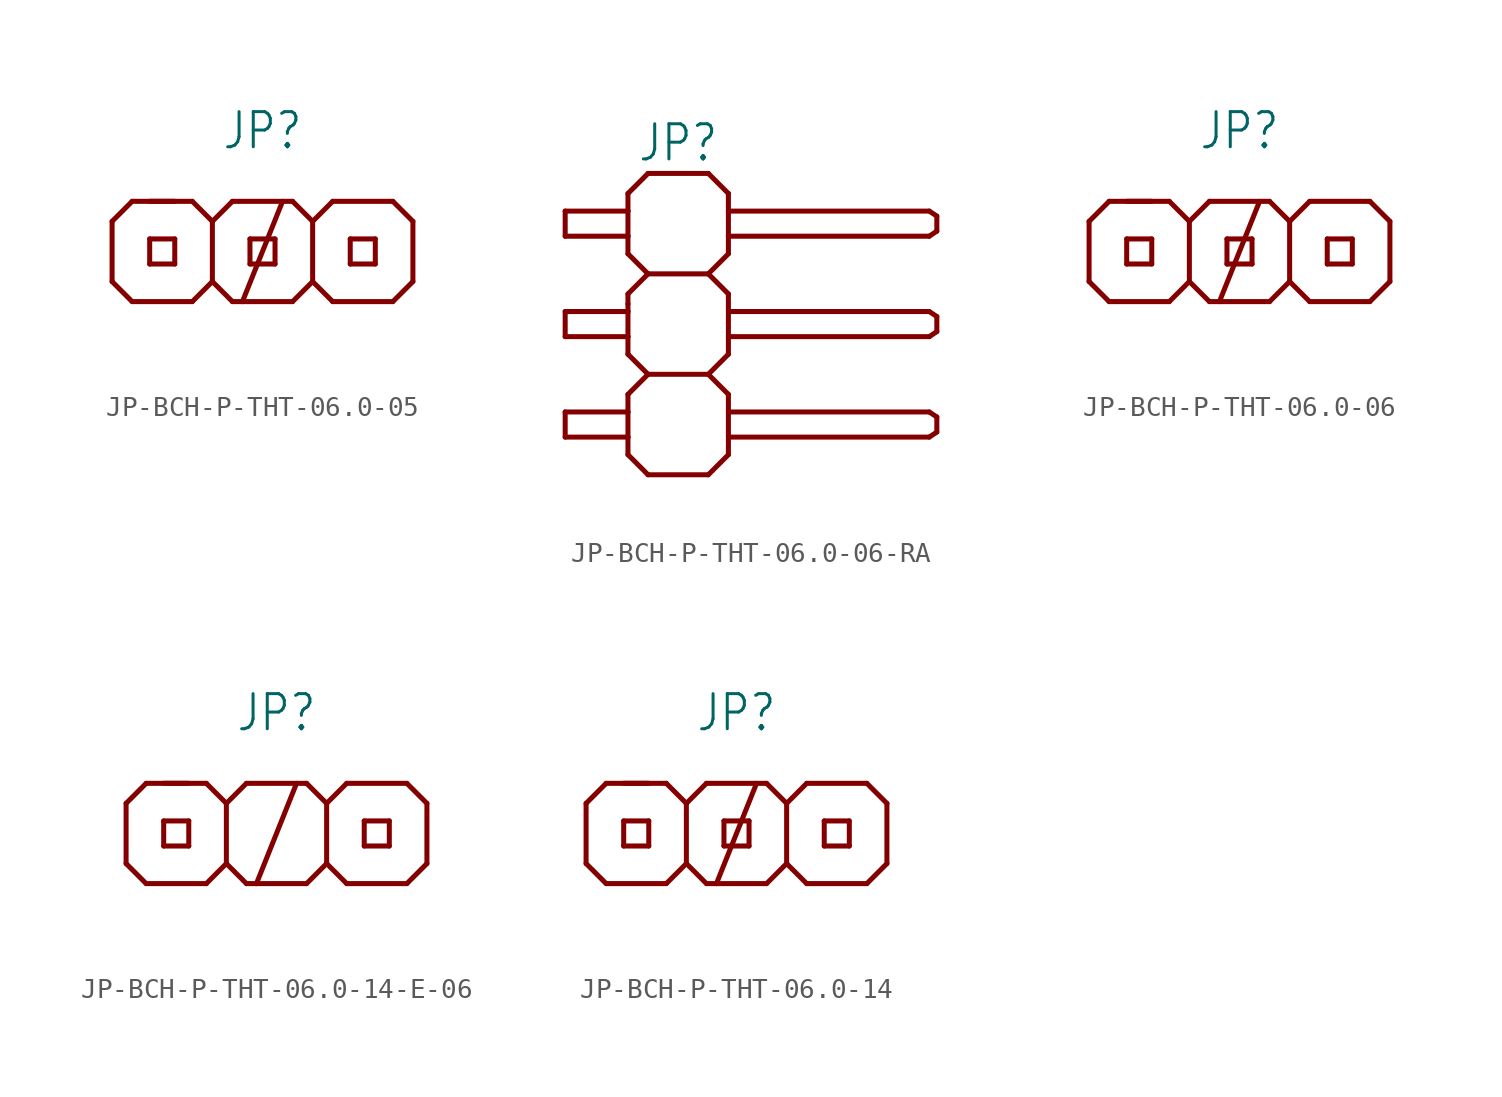
<source format=kicad_sym>
(kicad_symbol_lib
  (version 20231120)
  (generator "kicad_symbol_editor")
  (generator_version "8.0")
  (symbol "JP-BCH-P-THT-06.0-05"
    (property "Reference" "JP"
      (at 0 5.08 0)
      (effects (font (size 1.778 1.511)) (justify bottom)))
    (property "Value" ""
      (at 0 -5.08 0)
      (effects (font (size 1.778 1.511)) (justify top)))
    (property "ki_locked" ""
      (at 0 0 0)
      (effects (font (size 1.27 1.27))))
    (symbol "JP-BCH-P-THT-06.0-05_1_0"
      (polyline (pts (xy -7.62 -1.524) (xy -6.604 -2.54)) (stroke (width 0.254) (type solid)) (fill (type none)))
      (polyline (pts (xy -7.62 1.524) (xy -7.62 -1.524)) (stroke (width 0.254) (type solid)) (fill (type none)))
      (polyline (pts (xy -6.604 -2.54) (xy -3.556 -2.54)) (stroke (width 0.254) (type solid)) (fill (type none)))
      (polyline (pts (xy -6.604 2.54) (xy -7.62 1.524)) (stroke (width 0.254) (type solid)) (fill (type none)))
      (polyline (pts (xy -5.715 -0.635) (xy -4.445 -0.635)) (stroke (width 0.254) (type solid)) (fill (type none)))
      (polyline (pts (xy -5.715 0.635) (xy -5.715 -0.635)) (stroke (width 0.254) (type solid)) (fill (type none)))
      (polyline (pts (xy -4.445 -0.635) (xy -4.445 0.635)) (stroke (width 0.254) (type solid)) (fill (type none)))
      (polyline (pts (xy -4.445 0.635) (xy -5.715 0.635)) (stroke (width 0.254) (type solid)) (fill (type none)))
      (polyline (pts (xy -4.445 2.54) (xy -5.715 2.54)) (stroke (width 0.254) (type solid)) (fill (type none)))
      (polyline (pts (xy -3.556 -2.54) (xy -2.54 -1.524)) (stroke (width 0.254) (type solid)) (fill (type none)))
      (polyline (pts (xy -3.556 2.54) (xy -6.604 2.54)) (stroke (width 0.254) (type solid)) (fill (type none)))
      (polyline (pts (xy -2.54 -1.524) (xy -2.54 1.524)) (stroke (width 0.254) (type solid)) (fill (type none)))
      (polyline (pts (xy -2.54 -1.524) (xy -1.524 -2.54)) (stroke (width 0.254) (type solid)) (fill (type none)))
      (polyline (pts (xy -2.54 1.524) (xy -3.556 2.54)) (stroke (width 0.254) (type solid)) (fill (type none)))
      (polyline (pts (xy -1.524 -2.54) (xy -1.016 -2.54)) (stroke (width 0.254) (type solid)) (fill (type none)))
      (polyline (pts (xy -1.524 2.54) (xy -2.54 1.524)) (stroke (width 0.254) (type solid)) (fill (type none)))
      (polyline (pts (xy -1.016 -2.54) (xy 1.016 2.54)) (stroke (width 0.254) (type solid)) (fill (type none)))
      (polyline (pts (xy -1.016 -2.54) (xy 1.524 -2.54)) (stroke (width 0.254) (type solid)) (fill (type none)))
      (polyline (pts (xy -0.635 -0.635) (xy 0.635 -0.635)) (stroke (width 0.254) (type solid)) (fill (type none)))
      (polyline (pts (xy -0.635 0.635) (xy -0.635 -0.635)) (stroke (width 0.254) (type solid)) (fill (type none)))
      (polyline (pts (xy 0.635 -0.635) (xy 0.635 0.635)) (stroke (width 0.254) (type solid)) (fill (type none)))
      (polyline (pts (xy 0.635 0.635) (xy -0.635 0.635)) (stroke (width 0.254) (type solid)) (fill (type none)))
      (polyline (pts (xy 1.524 -2.54) (xy 2.54 -1.524)) (stroke (width 0.254) (type solid)) (fill (type none)))
      (polyline (pts (xy 1.524 2.54) (xy -1.524 2.54)) (stroke (width 0.254) (type solid)) (fill (type none)))
      (polyline (pts (xy 2.54 -1.524) (xy 3.556 -2.54)) (stroke (width 0.254) (type solid)) (fill (type none)))
      (polyline (pts (xy 2.54 1.524) (xy 1.524 2.54)) (stroke (width 0.254) (type solid)) (fill (type none)))
      (polyline (pts (xy 2.54 1.524) (xy 2.54 -1.524)) (stroke (width 0.254) (type solid)) (fill (type none)))
      (polyline (pts (xy 3.556 -2.54) (xy 6.604 -2.54)) (stroke (width 0.254) (type solid)) (fill (type none)))
      (polyline (pts (xy 3.556 2.54) (xy 2.54 1.524)) (stroke (width 0.254) (type solid)) (fill (type none)))
      (polyline (pts (xy 4.445 -0.635) (xy 5.715 -0.635)) (stroke (width 0.254) (type solid)) (fill (type none)))
      (polyline (pts (xy 4.445 0.635) (xy 4.445 -0.635)) (stroke (width 0.254) (type solid)) (fill (type none)))
      (polyline (pts (xy 5.715 -0.635) (xy 5.715 0.635)) (stroke (width 0.254) (type solid)) (fill (type none)))
      (polyline (pts (xy 5.715 0.635) (xy 4.445 0.635)) (stroke (width 0.254) (type solid)) (fill (type none)))
      (polyline (pts (xy 6.604 -2.54) (xy 7.62 -1.524)) (stroke (width 0.254) (type solid)) (fill (type none)))
      (polyline (pts (xy 6.604 2.54) (xy 3.556 2.54)) (stroke (width 0.254) (type solid)) (fill (type none)))
      (polyline (pts (xy 7.62 1.524) (xy 6.604 2.54)) (stroke (width 0.254) (type solid)) (fill (type none)))
      (polyline (pts (xy 7.62 1.524) (xy 7.62 -1.524)) (stroke (width 0.254) (type solid)) (fill (type none)))))
  (symbol "JP-BCH-P-THT-06.0-06-RA"
    (property "Reference" "JP"
      (at 0 8.128 0)
      (effects (font (size 1.778 1.511)) (justify bottom)))
    (property "Value" ""
      (at 0 -8.128 0)
      (effects (font (size 1.778 1.511)) (justify top)))
    (property "ki_locked" ""
      (at 0 0 0)
      (effects (font (size 1.27 1.27))))
    (symbol "JP-BCH-P-THT-06.0-06-RA_1_0"
      (polyline (pts (xy -5.715 -5.715) (xy -2.54 -5.715)) (stroke (width 0.254) (type solid)) (fill (type none)))
      (polyline (pts (xy -5.715 -4.445) (xy -5.715 -5.715)) (stroke (width 0.254) (type solid)) (fill (type none)))
      (polyline (pts (xy -5.715 -0.635) (xy -2.54 -0.635)) (stroke (width 0.254) (type solid)) (fill (type none)))
      (polyline (pts (xy -5.715 0.635) (xy -5.715 -0.635)) (stroke (width 0.254) (type solid)) (fill (type none)))
      (polyline (pts (xy -5.715 4.445) (xy -2.54 4.445)) (stroke (width 0.254) (type solid)) (fill (type none)))
      (polyline (pts (xy -5.715 5.715) (xy -5.715 4.445)) (stroke (width 0.254) (type solid)) (fill (type none)))
      (polyline (pts (xy -2.54 -6.604) (xy -1.524 -7.62)) (stroke (width 0.254) (type solid)) (fill (type none)))
      (polyline (pts (xy -2.54 -5.715) (xy -2.54 -6.604)) (stroke (width 0.254) (type solid)) (fill (type none)))
      (polyline (pts (xy -2.54 -5.715) (xy -2.54 -4.445)) (stroke (width 0.254) (type solid)) (fill (type none)))
      (polyline (pts (xy -2.54 -4.445) (xy -5.715 -4.445)) (stroke (width 0.254) (type solid)) (fill (type none)))
      (polyline (pts (xy -2.54 -3.556) (xy -2.54 -4.445)) (stroke (width 0.254) (type solid)) (fill (type none)))
      (polyline (pts (xy -2.54 -1.524) (xy -1.524 -2.54)) (stroke (width 0.254) (type solid)) (fill (type none)))
      (polyline (pts (xy -2.54 -0.635) (xy -2.54 -1.524)) (stroke (width 0.254) (type solid)) (fill (type none)))
      (polyline (pts (xy -2.54 0.635) (xy -5.715 0.635)) (stroke (width 0.254) (type solid)) (fill (type none)))
      (polyline (pts (xy -2.54 0.635) (xy -2.54 -0.635)) (stroke (width 0.254) (type solid)) (fill (type none)))
      (polyline (pts (xy -2.54 1.016) (xy -2.54 0.635)) (stroke (width 0.254) (type solid)) (fill (type none)))
      (polyline (pts (xy -2.54 1.524) (xy -2.54 1.016)) (stroke (width 0.254) (type solid)) (fill (type none)))
      (polyline (pts (xy -2.54 3.556) (xy -1.524 2.54)) (stroke (width 0.254) (type solid)) (fill (type none)))
      (polyline (pts (xy -2.54 4.445) (xy -2.54 3.556)) (stroke (width 0.254) (type solid)) (fill (type none)))
      (polyline (pts (xy -2.54 4.445) (xy -2.54 5.715)) (stroke (width 0.254) (type solid)) (fill (type none)))
      (polyline (pts (xy -2.54 5.715) (xy -5.715 5.715)) (stroke (width 0.254) (type solid)) (fill (type none)))
      (polyline (pts (xy -2.54 6.604) (xy -2.54 5.715)) (stroke (width 0.254) (type solid)) (fill (type none)))
      (polyline (pts (xy -1.524 -2.54) (xy -2.54 -3.556)) (stroke (width 0.254) (type solid)) (fill (type none)))
      (polyline (pts (xy -1.524 2.54) (xy -2.54 1.524)) (stroke (width 0.254) (type solid)) (fill (type none)))
      (polyline (pts (xy -1.524 2.54) (xy 1.524 2.54)) (stroke (width 0.254) (type solid)) (fill (type none)))
      (polyline (pts (xy -1.524 7.62) (xy -2.54 6.604)) (stroke (width 0.254) (type solid)) (fill (type none)))
      (polyline (pts (xy 1.524 -7.62) (xy -1.524 -7.62)) (stroke (width 0.254) (type solid)) (fill (type none)))
      (polyline (pts (xy 1.524 -7.62) (xy 2.54 -6.604)) (stroke (width 0.254) (type solid)) (fill (type none)))
      (polyline (pts (xy 1.524 -2.54) (xy -1.524 -2.54)) (stroke (width 0.254) (type solid)) (fill (type none)))
      (polyline (pts (xy 1.524 -2.54) (xy 2.54 -1.524)) (stroke (width 0.254) (type solid)) (fill (type none)))
      (polyline (pts (xy 1.524 2.54) (xy 2.54 3.556)) (stroke (width 0.254) (type solid)) (fill (type none)))
      (polyline (pts (xy 1.524 7.62) (xy -1.524 7.62)) (stroke (width 0.254) (type solid)) (fill (type none)))
      (polyline (pts (xy 2.54 -6.604) (xy 2.54 -3.556)) (stroke (width 0.254) (type solid)) (fill (type none)))
      (polyline (pts (xy 2.54 -5.715) (xy 12.7 -5.715)) (stroke (width 0.254) (type solid)) (fill (type none)))
      (polyline (pts (xy 2.54 -3.556) (xy 1.524 -2.54)) (stroke (width 0.254) (type solid)) (fill (type none)))
      (polyline (pts (xy 2.54 -1.524) (xy 2.54 1.524)) (stroke (width 0.254) (type solid)) (fill (type none)))
      (polyline (pts (xy 2.54 -0.635) (xy 12.7 -0.635)) (stroke (width 0.254) (type solid)) (fill (type none)))
      (polyline (pts (xy 2.54 1.524) (xy 1.524 2.54)) (stroke (width 0.254) (type solid)) (fill (type none)))
      (polyline (pts (xy 2.54 3.556) (xy 2.54 4.445)) (stroke (width 0.254) (type solid)) (fill (type none)))
      (polyline (pts (xy 2.54 4.445) (xy 2.54 5.715)) (stroke (width 0.254) (type solid)) (fill (type none)))
      (polyline (pts (xy 2.54 4.445) (xy 12.7 4.445)) (stroke (width 0.254) (type solid)) (fill (type none)))
      (polyline (pts (xy 2.54 5.715) (xy 2.54 6.604)) (stroke (width 0.254) (type solid)) (fill (type none)))
      (polyline (pts (xy 2.54 6.604) (xy 1.524 7.62)) (stroke (width 0.254) (type solid)) (fill (type none)))
      (polyline (pts (xy 12.7 -4.445) (xy 2.54 -4.445)) (stroke (width 0.254) (type solid)) (fill (type none)))
      (polyline (pts (xy 12.7 -4.445) (xy 13.081 -4.699)) (stroke (width 0.254) (type solid)) (fill (type none)))
      (polyline (pts (xy 12.7 0.635) (xy 2.54 0.635)) (stroke (width 0.254) (type solid)) (fill (type none)))
      (polyline (pts (xy 12.7 0.635) (xy 13.081 0.381)) (stroke (width 0.254) (type solid)) (fill (type none)))
      (polyline (pts (xy 12.7 5.715) (xy 2.54 5.715)) (stroke (width 0.254) (type solid)) (fill (type none)))
      (polyline (pts (xy 12.7 5.715) (xy 13.081 5.461)) (stroke (width 0.254) (type solid)) (fill (type none)))
      (polyline (pts (xy 13.081 -5.461) (xy 12.7 -5.715)) (stroke (width 0.254) (type solid)) (fill (type none)))
      (polyline (pts (xy 13.081 -4.699) (xy 13.081 -5.461)) (stroke (width 0.254) (type solid)) (fill (type none)))
      (polyline (pts (xy 13.081 -0.381) (xy 12.7 -0.635)) (stroke (width 0.254) (type solid)) (fill (type none)))
      (polyline (pts (xy 13.081 0.381) (xy 13.081 -0.381)) (stroke (width 0.254) (type solid)) (fill (type none)))
      (polyline (pts (xy 13.081 4.699) (xy 12.7 4.445)) (stroke (width 0.254) (type solid)) (fill (type none)))
      (polyline (pts (xy 13.081 5.461) (xy 13.081 4.699)) (stroke (width 0.254) (type solid)) (fill (type none)))))
  (symbol "JP-BCH-P-THT-06.0-06"
    (property "Reference" "JP"
      (at 0 5.08 0)
      (effects (font (size 1.778 1.511)) (justify bottom)))
    (property "Value" ""
      (at 0 -5.08 0)
      (effects (font (size 1.778 1.511)) (justify top)))
    (property "ki_locked" ""
      (at 0 0 0)
      (effects (font (size 1.27 1.27))))
    (symbol "JP-BCH-P-THT-06.0-06_1_0"
      (polyline (pts (xy -7.62 -1.524) (xy -6.604 -2.54)) (stroke (width 0.254) (type solid)) (fill (type none)))
      (polyline (pts (xy -7.62 1.524) (xy -7.62 -1.524)) (stroke (width 0.254) (type solid)) (fill (type none)))
      (polyline (pts (xy -6.604 -2.54) (xy -3.556 -2.54)) (stroke (width 0.254) (type solid)) (fill (type none)))
      (polyline (pts (xy -6.604 2.54) (xy -7.62 1.524)) (stroke (width 0.254) (type solid)) (fill (type none)))
      (polyline (pts (xy -5.715 -0.635) (xy -4.445 -0.635)) (stroke (width 0.254) (type solid)) (fill (type none)))
      (polyline (pts (xy -5.715 0.635) (xy -5.715 -0.635)) (stroke (width 0.254) (type solid)) (fill (type none)))
      (polyline (pts (xy -4.445 -0.635) (xy -4.445 0.635)) (stroke (width 0.254) (type solid)) (fill (type none)))
      (polyline (pts (xy -4.445 0.635) (xy -5.715 0.635)) (stroke (width 0.254) (type solid)) (fill (type none)))
      (polyline (pts (xy -4.445 2.54) (xy -5.715 2.54)) (stroke (width 0.254) (type solid)) (fill (type none)))
      (polyline (pts (xy -3.556 -2.54) (xy -2.54 -1.524)) (stroke (width 0.254) (type solid)) (fill (type none)))
      (polyline (pts (xy -3.556 2.54) (xy -6.604 2.54)) (stroke (width 0.254) (type solid)) (fill (type none)))
      (polyline (pts (xy -2.54 -1.524) (xy -2.54 1.524)) (stroke (width 0.254) (type solid)) (fill (type none)))
      (polyline (pts (xy -2.54 -1.524) (xy -1.524 -2.54)) (stroke (width 0.254) (type solid)) (fill (type none)))
      (polyline (pts (xy -2.54 1.524) (xy -3.556 2.54)) (stroke (width 0.254) (type solid)) (fill (type none)))
      (polyline (pts (xy -1.524 -2.54) (xy -1.016 -2.54)) (stroke (width 0.254) (type solid)) (fill (type none)))
      (polyline (pts (xy -1.524 2.54) (xy -2.54 1.524)) (stroke (width 0.254) (type solid)) (fill (type none)))
      (polyline (pts (xy -1.016 -2.54) (xy 1.016 2.54)) (stroke (width 0.254) (type solid)) (fill (type none)))
      (polyline (pts (xy -1.016 -2.54) (xy 1.524 -2.54)) (stroke (width 0.254) (type solid)) (fill (type none)))
      (polyline (pts (xy -0.635 -0.635) (xy 0.635 -0.635)) (stroke (width 0.254) (type solid)) (fill (type none)))
      (polyline (pts (xy -0.635 0.635) (xy -0.635 -0.635)) (stroke (width 0.254) (type solid)) (fill (type none)))
      (polyline (pts (xy 0.635 -0.635) (xy 0.635 0.635)) (stroke (width 0.254) (type solid)) (fill (type none)))
      (polyline (pts (xy 0.635 0.635) (xy -0.635 0.635)) (stroke (width 0.254) (type solid)) (fill (type none)))
      (polyline (pts (xy 1.524 -2.54) (xy 2.54 -1.524)) (stroke (width 0.254) (type solid)) (fill (type none)))
      (polyline (pts (xy 1.524 2.54) (xy -1.524 2.54)) (stroke (width 0.254) (type solid)) (fill (type none)))
      (polyline (pts (xy 2.54 -1.524) (xy 3.556 -2.54)) (stroke (width 0.254) (type solid)) (fill (type none)))
      (polyline (pts (xy 2.54 1.524) (xy 1.524 2.54)) (stroke (width 0.254) (type solid)) (fill (type none)))
      (polyline (pts (xy 2.54 1.524) (xy 2.54 -1.524)) (stroke (width 0.254) (type solid)) (fill (type none)))
      (polyline (pts (xy 3.556 -2.54) (xy 6.604 -2.54)) (stroke (width 0.254) (type solid)) (fill (type none)))
      (polyline (pts (xy 3.556 2.54) (xy 2.54 1.524)) (stroke (width 0.254) (type solid)) (fill (type none)))
      (polyline (pts (xy 4.445 -0.635) (xy 5.715 -0.635)) (stroke (width 0.254) (type solid)) (fill (type none)))
      (polyline (pts (xy 4.445 0.635) (xy 4.445 -0.635)) (stroke (width 0.254) (type solid)) (fill (type none)))
      (polyline (pts (xy 5.715 -0.635) (xy 5.715 0.635)) (stroke (width 0.254) (type solid)) (fill (type none)))
      (polyline (pts (xy 5.715 0.635) (xy 4.445 0.635)) (stroke (width 0.254) (type solid)) (fill (type none)))
      (polyline (pts (xy 6.604 -2.54) (xy 7.62 -1.524)) (stroke (width 0.254) (type solid)) (fill (type none)))
      (polyline (pts (xy 6.604 2.54) (xy 3.556 2.54)) (stroke (width 0.254) (type solid)) (fill (type none)))
      (polyline (pts (xy 7.62 1.524) (xy 6.604 2.54)) (stroke (width 0.254) (type solid)) (fill (type none)))
      (polyline (pts (xy 7.62 1.524) (xy 7.62 -1.524)) (stroke (width 0.254) (type solid)) (fill (type none)))))
  (symbol "JP-BCH-P-THT-06.0-14-E-06"
    (property "Reference" "JP"
      (at 0 5.08 0)
      (effects (font (size 1.778 1.511)) (justify bottom)))
    (property "Value" ""
      (at 0 -5.08 0)
      (effects (font (size 1.778 1.511)) (justify top)))
    (property "ki_locked" ""
      (at 0 0 0)
      (effects (font (size 1.27 1.27))))
    (symbol "JP-BCH-P-THT-06.0-14-E-06_1_0"
      (polyline (pts (xy -7.62 -1.524) (xy -6.604 -2.54)) (stroke (width 0.254) (type solid)) (fill (type none)))
      (polyline (pts (xy -7.62 1.524) (xy -7.62 -1.524)) (stroke (width 0.254) (type solid)) (fill (type none)))
      (polyline (pts (xy -6.604 -2.54) (xy -3.556 -2.54)) (stroke (width 0.254) (type solid)) (fill (type none)))
      (polyline (pts (xy -6.604 2.54) (xy -7.62 1.524)) (stroke (width 0.254) (type solid)) (fill (type none)))
      (polyline (pts (xy -5.715 -0.635) (xy -4.445 -0.635)) (stroke (width 0.254) (type solid)) (fill (type none)))
      (polyline (pts (xy -5.715 0.635) (xy -5.715 -0.635)) (stroke (width 0.254) (type solid)) (fill (type none)))
      (polyline (pts (xy -4.445 -0.635) (xy -4.445 0.635)) (stroke (width 0.254) (type solid)) (fill (type none)))
      (polyline (pts (xy -4.445 0.635) (xy -5.715 0.635)) (stroke (width 0.254) (type solid)) (fill (type none)))
      (polyline (pts (xy -4.445 2.54) (xy -5.715 2.54)) (stroke (width 0.254) (type solid)) (fill (type none)))
      (polyline (pts (xy -3.556 -2.54) (xy -2.54 -1.524)) (stroke (width 0.254) (type solid)) (fill (type none)))
      (polyline (pts (xy -3.556 2.54) (xy -6.604 2.54)) (stroke (width 0.254) (type solid)) (fill (type none)))
      (polyline (pts (xy -2.54 -1.524) (xy -2.54 1.524)) (stroke (width 0.254) (type solid)) (fill (type none)))
      (polyline (pts (xy -2.54 -1.524) (xy -1.524 -2.54)) (stroke (width 0.254) (type solid)) (fill (type none)))
      (polyline (pts (xy -2.54 1.524) (xy -3.556 2.54)) (stroke (width 0.254) (type solid)) (fill (type none)))
      (polyline (pts (xy -1.524 -2.54) (xy -1.016 -2.54)) (stroke (width 0.254) (type solid)) (fill (type none)))
      (polyline (pts (xy -1.524 2.54) (xy -2.54 1.524)) (stroke (width 0.254) (type solid)) (fill (type none)))
      (polyline (pts (xy -1.016 -2.54) (xy 1.016 2.54)) (stroke (width 0.254) (type solid)) (fill (type none)))
      (polyline (pts (xy -1.016 -2.54) (xy 1.524 -2.54)) (stroke (width 0.254) (type solid)) (fill (type none)))
      (polyline (pts (xy 1.524 -2.54) (xy 2.54 -1.524)) (stroke (width 0.254) (type solid)) (fill (type none)))
      (polyline (pts (xy 1.524 2.54) (xy -1.524 2.54)) (stroke (width 0.254) (type solid)) (fill (type none)))
      (polyline (pts (xy 2.54 -1.524) (xy 3.556 -2.54)) (stroke (width 0.254) (type solid)) (fill (type none)))
      (polyline (pts (xy 2.54 1.524) (xy 1.524 2.54)) (stroke (width 0.254) (type solid)) (fill (type none)))
      (polyline (pts (xy 2.54 1.524) (xy 2.54 -1.524)) (stroke (width 0.254) (type solid)) (fill (type none)))
      (polyline (pts (xy 3.556 -2.54) (xy 6.604 -2.54)) (stroke (width 0.254) (type solid)) (fill (type none)))
      (polyline (pts (xy 3.556 2.54) (xy 2.54 1.524)) (stroke (width 0.254) (type solid)) (fill (type none)))
      (polyline (pts (xy 4.445 -0.635) (xy 5.715 -0.635)) (stroke (width 0.254) (type solid)) (fill (type none)))
      (polyline (pts (xy 4.445 0.635) (xy 4.445 -0.635)) (stroke (width 0.254) (type solid)) (fill (type none)))
      (polyline (pts (xy 5.715 -0.635) (xy 5.715 0.635)) (stroke (width 0.254) (type solid)) (fill (type none)))
      (polyline (pts (xy 5.715 0.635) (xy 4.445 0.635)) (stroke (width 0.254) (type solid)) (fill (type none)))
      (polyline (pts (xy 6.604 -2.54) (xy 7.62 -1.524)) (stroke (width 0.254) (type solid)) (fill (type none)))
      (polyline (pts (xy 6.604 2.54) (xy 3.556 2.54)) (stroke (width 0.254) (type solid)) (fill (type none)))
      (polyline (pts (xy 7.62 1.524) (xy 6.604 2.54)) (stroke (width 0.254) (type solid)) (fill (type none)))
      (polyline (pts (xy 7.62 1.524) (xy 7.62 -1.524)) (stroke (width 0.254) (type solid)) (fill (type none)))))
  (symbol "JP-BCH-P-THT-06.0-14"
    (property "Reference" "JP"
      (at 0 5.08 0)
      (effects (font (size 1.778 1.511)) (justify bottom)))
    (property "Value" ""
      (at 0 -5.08 0)
      (effects (font (size 1.778 1.511)) (justify top)))
    (property "ki_locked" ""
      (at 0 0 0)
      (effects (font (size 1.27 1.27))))
    (symbol "JP-BCH-P-THT-06.0-14_1_0"
      (polyline (pts (xy -7.62 -1.524) (xy -6.604 -2.54)) (stroke (width 0.254) (type solid)) (fill (type none)))
      (polyline (pts (xy -7.62 1.524) (xy -7.62 -1.524)) (stroke (width 0.254) (type solid)) (fill (type none)))
      (polyline (pts (xy -6.604 -2.54) (xy -3.556 -2.54)) (stroke (width 0.254) (type solid)) (fill (type none)))
      (polyline (pts (xy -6.604 2.54) (xy -7.62 1.524)) (stroke (width 0.254) (type solid)) (fill (type none)))
      (polyline (pts (xy -5.715 -0.635) (xy -4.445 -0.635)) (stroke (width 0.254) (type solid)) (fill (type none)))
      (polyline (pts (xy -5.715 0.635) (xy -5.715 -0.635)) (stroke (width 0.254) (type solid)) (fill (type none)))
      (polyline (pts (xy -4.445 -0.635) (xy -4.445 0.635)) (stroke (width 0.254) (type solid)) (fill (type none)))
      (polyline (pts (xy -4.445 0.635) (xy -5.715 0.635)) (stroke (width 0.254) (type solid)) (fill (type none)))
      (polyline (pts (xy -4.445 2.54) (xy -5.715 2.54)) (stroke (width 0.254) (type solid)) (fill (type none)))
      (polyline (pts (xy -3.556 -2.54) (xy -2.54 -1.524)) (stroke (width 0.254) (type solid)) (fill (type none)))
      (polyline (pts (xy -3.556 2.54) (xy -6.604 2.54)) (stroke (width 0.254) (type solid)) (fill (type none)))
      (polyline (pts (xy -2.54 -1.524) (xy -2.54 1.524)) (stroke (width 0.254) (type solid)) (fill (type none)))
      (polyline (pts (xy -2.54 -1.524) (xy -1.524 -2.54)) (stroke (width 0.254) (type solid)) (fill (type none)))
      (polyline (pts (xy -2.54 1.524) (xy -3.556 2.54)) (stroke (width 0.254) (type solid)) (fill (type none)))
      (polyline (pts (xy -1.524 -2.54) (xy -1.016 -2.54)) (stroke (width 0.254) (type solid)) (fill (type none)))
      (polyline (pts (xy -1.524 2.54) (xy -2.54 1.524)) (stroke (width 0.254) (type solid)) (fill (type none)))
      (polyline (pts (xy -1.016 -2.54) (xy 1.016 2.54)) (stroke (width 0.254) (type solid)) (fill (type none)))
      (polyline (pts (xy -1.016 -2.54) (xy 1.524 -2.54)) (stroke (width 0.254) (type solid)) (fill (type none)))
      (polyline (pts (xy -0.635 -0.635) (xy 0.635 -0.635)) (stroke (width 0.254) (type solid)) (fill (type none)))
      (polyline (pts (xy -0.635 0.635) (xy -0.635 -0.635)) (stroke (width 0.254) (type solid)) (fill (type none)))
      (polyline (pts (xy 0.635 -0.635) (xy 0.635 0.635)) (stroke (width 0.254) (type solid)) (fill (type none)))
      (polyline (pts (xy 0.635 0.635) (xy -0.635 0.635)) (stroke (width 0.254) (type solid)) (fill (type none)))
      (polyline (pts (xy 1.524 -2.54) (xy 2.54 -1.524)) (stroke (width 0.254) (type solid)) (fill (type none)))
      (polyline (pts (xy 1.524 2.54) (xy -1.524 2.54)) (stroke (width 0.254) (type solid)) (fill (type none)))
      (polyline (pts (xy 2.54 -1.524) (xy 3.556 -2.54)) (stroke (width 0.254) (type solid)) (fill (type none)))
      (polyline (pts (xy 2.54 1.524) (xy 1.524 2.54)) (stroke (width 0.254) (type solid)) (fill (type none)))
      (polyline (pts (xy 2.54 1.524) (xy 2.54 -1.524)) (stroke (width 0.254) (type solid)) (fill (type none)))
      (polyline (pts (xy 3.556 -2.54) (xy 6.604 -2.54)) (stroke (width 0.254) (type solid)) (fill (type none)))
      (polyline (pts (xy 3.556 2.54) (xy 2.54 1.524)) (stroke (width 0.254) (type solid)) (fill (type none)))
      (polyline (pts (xy 4.445 -0.635) (xy 5.715 -0.635)) (stroke (width 0.254) (type solid)) (fill (type none)))
      (polyline (pts (xy 4.445 0.635) (xy 4.445 -0.635)) (stroke (width 0.254) (type solid)) (fill (type none)))
      (polyline (pts (xy 5.715 -0.635) (xy 5.715 0.635)) (stroke (width 0.254) (type solid)) (fill (type none)))
      (polyline (pts (xy 5.715 0.635) (xy 4.445 0.635)) (stroke (width 0.254) (type solid)) (fill (type none)))
      (polyline (pts (xy 6.604 -2.54) (xy 7.62 -1.524)) (stroke (width 0.254) (type solid)) (fill (type none)))
      (polyline (pts (xy 6.604 2.54) (xy 3.556 2.54)) (stroke (width 0.254) (type solid)) (fill (type none)))
      (polyline (pts (xy 7.62 1.524) (xy 6.604 2.54)) (stroke (width 0.254) (type solid)) (fill (type none)))
      (polyline (pts (xy 7.62 1.524) (xy 7.62 -1.524)) (stroke (width 0.254) (type solid)) (fill (type none))))))
</source>
